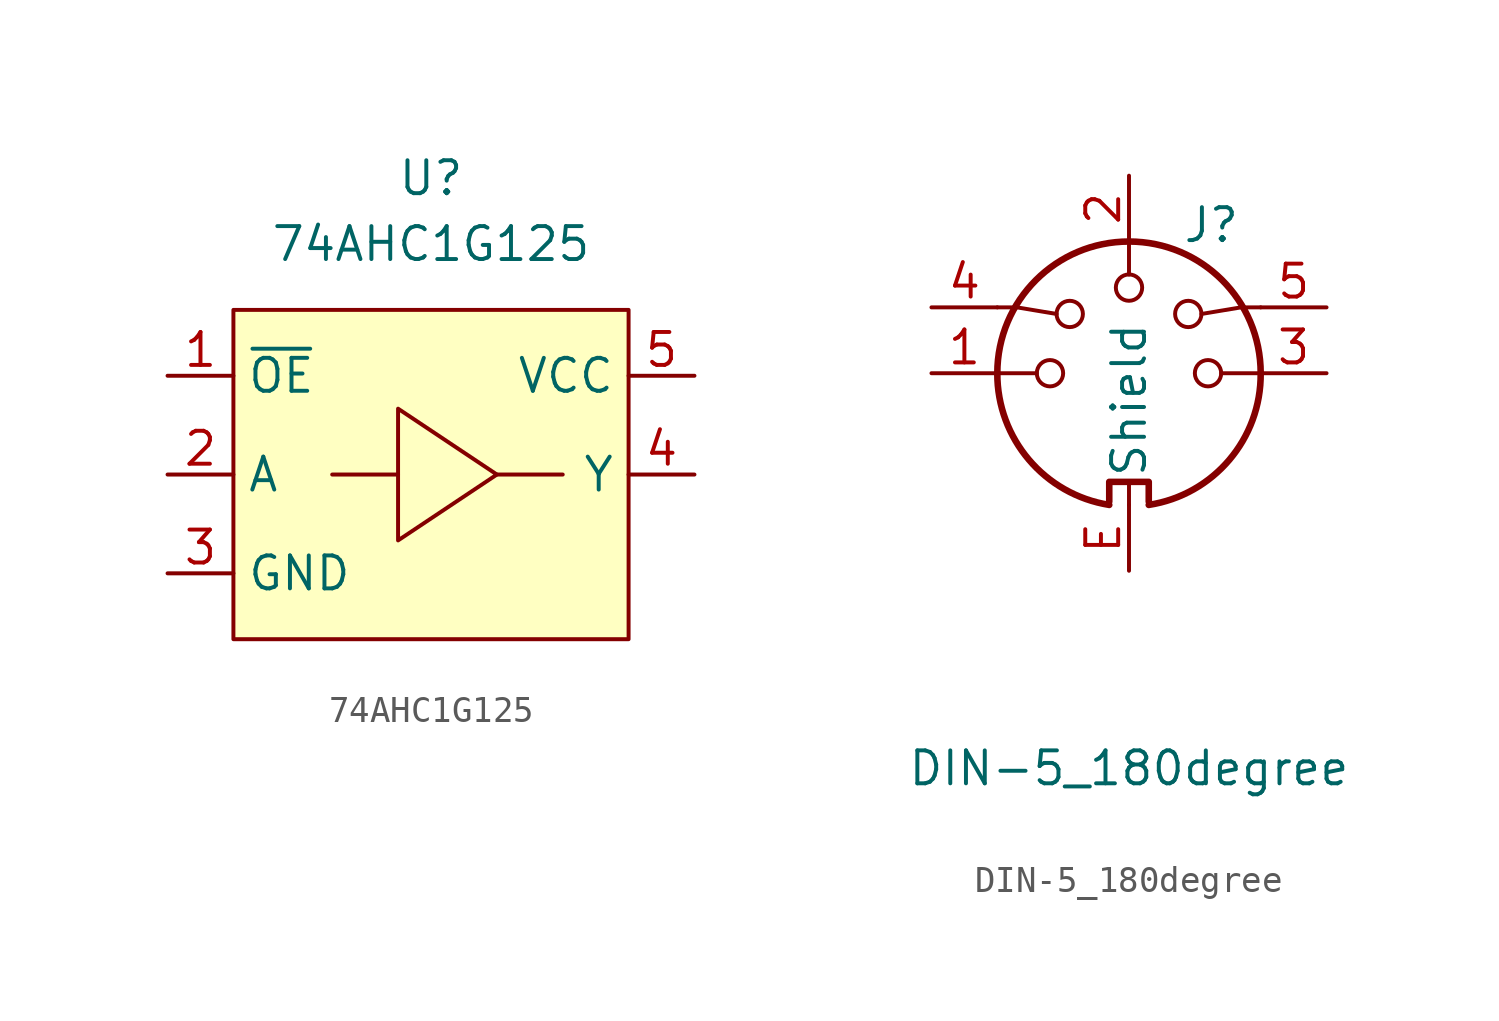
<source format=kicad_sym>
(kicad_symbol_lib
  (version 20211014)
  (generator kicad_symbol_editor)
  (symbol "74AHC1G125"
    (property "Reference" "U"
      (at 0 11.43 0)
      (effects (font (size 1.27 1.27))))
    (property "Value" "74AHC1G125"
      (at 0 8.89 0)
      (effects (font (size 1.27 1.27))))
    (symbol "74AHC1G125_0_1"
      (rectangle (start -7.62 6.35) (end 7.62 -6.35) (stroke (width 0) (type default) (color 0 0 0 0)) (fill (type background)))
      (polyline (pts (xy -1.27 0) (xy -3.81 0)) (stroke (width 0) (type default) (color 0 0 0 0)) (fill (type none)))
      (polyline (pts (xy 2.54 0) (xy 5.08 0)) (stroke (width 0) (type default) (color 0 0 0 0)) (fill (type none)))
      (polyline (pts (xy -1.27 2.54) (xy -1.27 -2.54) (xy 2.54 0) (xy -1.27 2.54)) (stroke (width 0) (type default) (color 0 0 0 0)) (fill (type none))))
    (symbol "74AHC1G125_1_1"
      (pin input line (at -10.16 3.81 0) (length 2.54) (name "~{OE}" (effects (font (size 1.27 1.27)))) (number "1" (effects (font (size 1.27 1.27)))))
      (pin input line (at -10.16 0 0) (length 2.54) (name "A" (effects (font (size 1.27 1.27)))) (number "2" (effects (font (size 1.27 1.27)))))
      (pin power_in line (at -10.16 -3.81 0) (length 2.54) (name "GND" (effects (font (size 1.27 1.27)))) (number "3" (effects (font (size 1.27 1.27)))))
      (pin output line (at 10.16 0 180) (length 2.54) (name "Y" (effects (font (size 1.27 1.27)))) (number "4" (effects (font (size 1.27 1.27)))))
      (pin power_in line (at 10.16 3.81 180) (length 2.54) (name "VCC" (effects (font (size 1.27 1.27)))) (number "5" (effects (font (size 1.27 1.27)))))))
  (symbol "DIN-5_180degree"
    (pin_names
      (offset 1.016))
    (property "Reference" "J"
      (at 3.175 5.715 0)
      (effects (font (size 1.27 1.27))))
    (property "Value" "DIN-5_180degree"
      (at 0 -15.24 0)
      (effects (font (size 1.27 1.27))))
    (symbol "DIN-5_180degree_0_1"
      (arc (start -5.08 0) (mid -3.8609 -3.3364) (end -0.762 -5.08) (stroke (width 0.254) (type default) (color 0 0 0 0)) (fill (type none)))
      (circle (center -3.048 0) (radius 0.508) (stroke (width 0) (type default) (color 0 0 0 0)) (fill (type none)))
      (circle (center -2.286 2.286) (radius 0.508) (stroke (width 0) (type default) (color 0 0 0 0)) (fill (type none)))
      (polyline (pts (xy -5.08 0) (xy -3.556 0)) (stroke (width 0) (type default) (color 0 0 0 0)) (fill (type none)))
      (polyline (pts (xy 0 -5.08) (xy 0 -4.166)) (stroke (width 0) (type default) (color 0 0 0 0)) (fill (type none)))
      (polyline (pts (xy 0 5.08) (xy 0 3.81)) (stroke (width 0) (type default) (color 0 0 0 0)) (fill (type none)))
      (polyline (pts (xy 5.08 0) (xy 3.556 0)) (stroke (width 0) (type default) (color 0 0 0 0)) (fill (type none)))
      (polyline (pts (xy -5.08 2.54) (xy -4.318 2.54) (xy -2.794 2.286)) (stroke (width 0) (type default) (color 0 0 0 0)) (fill (type none)))
      (polyline (pts (xy 5.08 2.54) (xy 4.318 2.54) (xy 2.794 2.286)) (stroke (width 0) (type default) (color 0 0 0 0)) (fill (type none)))
      (polyline (pts (xy -0.762 -4.953) (xy -0.762 -4.191) (xy 0.762 -4.191) (xy 0.762 -4.953)) (stroke (width 0.254) (type default) (color 0 0 0 0)) (fill (type none)))
      (circle (center 0 3.302) (radius 0.508) (stroke (width 0) (type default) (color 0 0 0 0)) (fill (type none)))
      (arc (start 0.762 -5.08) (mid 3.8685 -3.343) (end 5.08 0) (stroke (width 0.254) (type default) (color 0 0 0 0)) (fill (type none)))
      (circle (center 2.286 2.286) (radius 0.508) (stroke (width 0) (type default) (color 0 0 0 0)) (fill (type none)))
      (circle (center 3.048 0) (radius 0.508) (stroke (width 0) (type default) (color 0 0 0 0)) (fill (type none)))
      (arc (start 5.08 0) (mid 0 5.08) (end -5.08 0) (stroke (width 0.254) (type default) (color 0 0 0 0)) (fill (type none))))
    (symbol "DIN-5_180degree_1_1"
      (pin passive line (at -7.62 0 0) (length 2.54) (name "~" (effects (font (size 1.27 1.27)))) (number "1" (effects (font (size 1.27 1.27)))))
      (pin passive line (at 0 7.62 270) (length 2.54) (name "~" (effects (font (size 1.27 1.27)))) (number "2" (effects (font (size 1.27 1.27)))))
      (pin passive line (at 7.62 0 180) (length 2.54) (name "~" (effects (font (size 1.27 1.27)))) (number "3" (effects (font (size 1.27 1.27)))))
      (pin passive line (at -7.62 2.54 0) (length 2.54) (name "~" (effects (font (size 1.27 1.27)))) (number "4" (effects (font (size 1.27 1.27)))))
      (pin passive line (at 7.62 2.54 180) (length 2.54) (name "~" (effects (font (size 1.27 1.27)))) (number "5" (effects (font (size 1.27 1.27)))))
      (pin passive line (at 0 -7.62 90) (length 2.54) (name "Shield" (effects (font (size 1.27 1.27)))) (number "E" (effects (font (size 1.27 1.27))))))))
</source>
